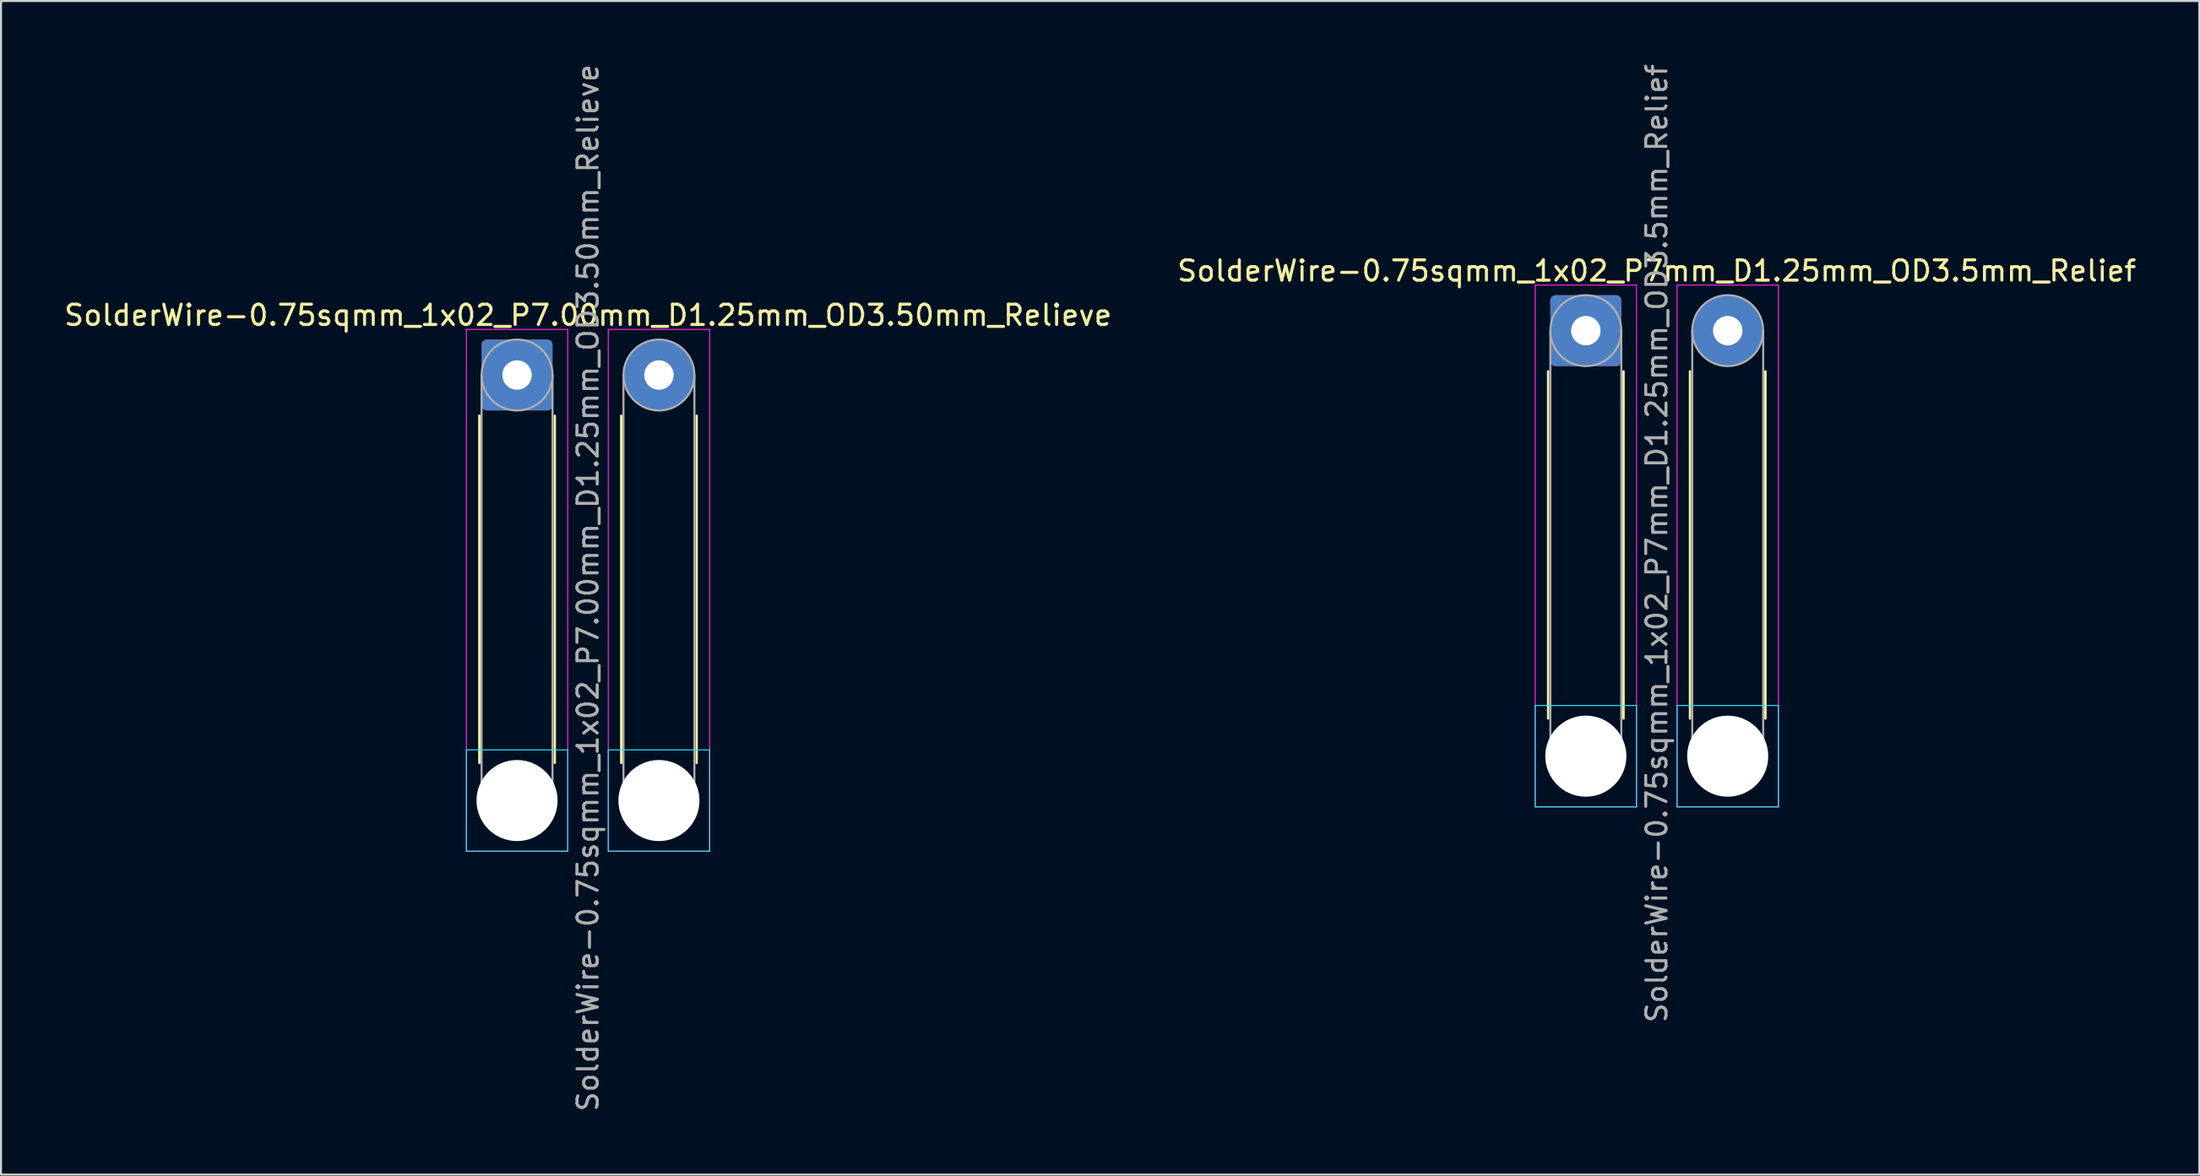
<source format=kicad_pcb>
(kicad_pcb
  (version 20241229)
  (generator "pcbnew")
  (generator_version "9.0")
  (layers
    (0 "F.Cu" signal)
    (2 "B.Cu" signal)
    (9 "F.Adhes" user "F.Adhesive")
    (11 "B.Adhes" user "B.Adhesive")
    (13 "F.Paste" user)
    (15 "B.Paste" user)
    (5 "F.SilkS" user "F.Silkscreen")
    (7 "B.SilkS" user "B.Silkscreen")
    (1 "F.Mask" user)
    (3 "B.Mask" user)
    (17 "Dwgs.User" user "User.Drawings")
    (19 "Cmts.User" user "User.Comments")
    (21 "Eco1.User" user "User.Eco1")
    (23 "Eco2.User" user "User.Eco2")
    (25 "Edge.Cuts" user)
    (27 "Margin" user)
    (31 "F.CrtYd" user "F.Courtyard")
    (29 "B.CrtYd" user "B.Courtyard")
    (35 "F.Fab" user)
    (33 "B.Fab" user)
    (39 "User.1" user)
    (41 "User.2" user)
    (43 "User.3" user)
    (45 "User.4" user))
  (footprint "SolderWire-0.75sqmm_1x02_P7mm_D1.25mm_OD3.5mm_Relief"
    (layer "F.Cu")
    (at 75.185 13.268)
    (property "Reference" "SolderWire-0.75sqmm_1x02_P7mm_D1.25mm_OD3.5mm_Relief" (at 3.5 -2.95 0) (layer "F.SilkS") (effects (font (size 1 1) (thickness 0.15))))
    (attr exclude_from_pos_files exclude_from_bom)
    (fp_line (start -1.86 2.01) (end -1.86 19.14) (stroke (width 0.12) (type solid)) (layer "F.SilkS"))
    (fp_line (start 1.86 2.01) (end 1.86 19.14) (stroke (width 0.12) (type solid)) (layer "F.SilkS"))
    (fp_line (start 5.14 2.01) (end 5.14 19.14) (stroke (width 0.12) (type solid)) (layer "F.SilkS"))
    (fp_line (start 8.86 2.01) (end 8.86 19.14) (stroke (width 0.12) (type solid)) (layer "F.SilkS"))
    (fp_line (start -2.5 18.5) (end -2.5 23.5) (stroke (width 0.05) (type solid)) (layer "B.CrtYd"))
    (fp_line (start -2.5 23.5) (end 2.5 23.5) (stroke (width 0.05) (type solid)) (layer "B.CrtYd"))
    (fp_line (start 2.5 18.5) (end -2.5 18.5) (stroke (width 0.05) (type solid)) (layer "B.CrtYd"))
    (fp_line (start 2.5 23.5) (end 2.5 18.5) (stroke (width 0.05) (type solid)) (layer "B.CrtYd"))
    (fp_line (start 4.5 18.5) (end 4.5 23.5) (stroke (width 0.05) (type solid)) (layer "B.CrtYd"))
    (fp_line (start 4.5 23.5) (end 9.5 23.5) (stroke (width 0.05) (type solid)) (layer "B.CrtYd"))
    (fp_line (start 9.5 18.5) (end 4.5 18.5) (stroke (width 0.05) (type solid)) (layer "B.CrtYd"))
    (fp_line (start 9.5 23.5) (end 9.5 18.5) (stroke (width 0.05) (type solid)) (layer "B.CrtYd"))
    (fp_line (start -2.5 -2.25) (end -2.5 23.5) (stroke (width 0.05) (type solid)) (layer "F.CrtYd"))
    (fp_line (start -2.5 23.5) (end 2.5 23.5) (stroke (width 0.05) (type solid)) (layer "F.CrtYd"))
    (fp_line (start 2.5 -2.25) (end -2.5 -2.25) (stroke (width 0.05) (type solid)) (layer "F.CrtYd"))
    (fp_line (start 2.5 23.5) (end 2.5 -2.25) (stroke (width 0.05) (type solid)) (layer "F.CrtYd"))
    (fp_line (start 4.5 -2.25) (end 4.5 23.5) (stroke (width 0.05) (type solid)) (layer "F.CrtYd"))
    (fp_line (start 4.5 23.5) (end 9.5 23.5) (stroke (width 0.05) (type solid)) (layer "F.CrtYd"))
    (fp_line (start 9.5 -2.25) (end 4.5 -2.25) (stroke (width 0.05) (type solid)) (layer "F.CrtYd"))
    (fp_line (start 9.5 23.5) (end 9.5 -2.25) (stroke (width 0.05) (type solid)) (layer "F.CrtYd"))
    (fp_line (start -1.75 0) (end -1.75 21) (stroke (width 0.1) (type solid)) (layer "F.Fab"))
    (fp_line (start 1.75 0) (end 1.75 21) (stroke (width 0.1) (type solid)) (layer "F.Fab"))
    (fp_line (start 5.25 0) (end 5.25 21) (stroke (width 0.1) (type solid)) (layer "F.Fab"))
    (fp_line (start 8.75 0) (end 8.75 21) (stroke (width 0.1) (type solid)) (layer "F.Fab"))
    (fp_circle (center 0 0) (end 1.75 0) (stroke (width 0.1) (type solid)) (fill no) (layer "F.Fab"))
    (fp_circle (center 0 21) (end 1.75 21) (stroke (width 0.1) (type solid)) (fill no) (layer "F.Fab"))
    (fp_circle (center 7 0) (end 8.75 0) (stroke (width 0.1) (type solid)) (fill no) (layer "F.Fab"))
    (fp_circle (center 7 21) (end 8.75 21) (stroke (width 0.1) (type solid)) (fill no) (layer "F.Fab"))
    (fp_text user "${REFERENCE}" (at 3.5 10.5 90) (layer "F.Fab") (effects (font (size 1 1) (thickness 0.15))))
    (pad "" np_thru_hole circle (at 0 21) (size 4 4) (drill 4) (layers "*.Cu" "*.Mask"))
    (pad "" np_thru_hole circle (at 7 21) (size 4 4) (drill 4) (layers "*.Cu" "*.Mask"))
    (pad "1" thru_hole roundrect (at 0 0) (size 3.5 3.5) (drill 1.45) (layers "*.Cu" "*.Mask") (roundrect_rratio 0.071))
    (pad "2" thru_hole circle (at 7 0) (size 3.5 3.5) (drill 1.45) (layers "*.Cu" "*.Mask")))
  (footprint "SolderWire-0.75sqmm_1x02_P7.00mm_D1.25mm_OD3.50mm_Relieve"
    (layer "F.Cu")
    (at 22.458 15.458)
    (property "Reference" "SolderWire-0.75sqmm_1x02_P7.00mm_D1.25mm_OD3.50mm_Relieve" (at 3.5 -2.95 0) (layer "F.SilkS") (effects (font (size 1 1) (thickness 0.15))))
    (attr exclude_from_pos_files exclude_from_bom)
    (fp_line (start -1.86 2.01) (end -1.86 19.14) (stroke (width 0.12) (type solid)) (layer "F.SilkS"))
    (fp_line (start 1.86 2.01) (end 1.86 19.14) (stroke (width 0.12) (type solid)) (layer "F.SilkS"))
    (fp_line (start 5.14 2.01) (end 5.14 19.14) (stroke (width 0.12) (type solid)) (layer "F.SilkS"))
    (fp_line (start 8.86 2.01) (end 8.86 19.14) (stroke (width 0.12) (type solid)) (layer "F.SilkS"))
    (fp_line (start -2.5 18.5) (end -2.5 23.5) (stroke (width 0.05) (type solid)) (layer "B.CrtYd"))
    (fp_line (start -2.5 23.5) (end 2.5 23.5) (stroke (width 0.05) (type solid)) (layer "B.CrtYd"))
    (fp_line (start 2.5 18.5) (end -2.5 18.5) (stroke (width 0.05) (type solid)) (layer "B.CrtYd"))
    (fp_line (start 2.5 23.5) (end 2.5 18.5) (stroke (width 0.05) (type solid)) (layer "B.CrtYd"))
    (fp_line (start 4.5 18.5) (end 4.5 23.5) (stroke (width 0.05) (type solid)) (layer "B.CrtYd"))
    (fp_line (start 4.5 23.5) (end 9.5 23.5) (stroke (width 0.05) (type solid)) (layer "B.CrtYd"))
    (fp_line (start 9.5 18.5) (end 4.5 18.5) (stroke (width 0.05) (type solid)) (layer "B.CrtYd"))
    (fp_line (start 9.5 23.5) (end 9.5 18.5) (stroke (width 0.05) (type solid)) (layer "B.CrtYd"))
    (fp_line (start -2.5 -2.25) (end -2.5 23.5) (stroke (width 0.05) (type solid)) (layer "F.CrtYd"))
    (fp_line (start -2.5 23.5) (end 2.5 23.5) (stroke (width 0.05) (type solid)) (layer "F.CrtYd"))
    (fp_line (start 2.5 -2.25) (end -2.5 -2.25) (stroke (width 0.05) (type solid)) (layer "F.CrtYd"))
    (fp_line (start 2.5 23.5) (end 2.5 -2.25) (stroke (width 0.05) (type solid)) (layer "F.CrtYd"))
    (fp_line (start 4.5 -2.25) (end 4.5 23.5) (stroke (width 0.05) (type solid)) (layer "F.CrtYd"))
    (fp_line (start 4.5 23.5) (end 9.5 23.5) (stroke (width 0.05) (type solid)) (layer "F.CrtYd"))
    (fp_line (start 9.5 -2.25) (end 4.5 -2.25) (stroke (width 0.05) (type solid)) (layer "F.CrtYd"))
    (fp_line (start 9.5 23.5) (end 9.5 -2.25) (stroke (width 0.05) (type solid)) (layer "F.CrtYd"))
    (fp_line (start -1.75 0) (end -1.75 21) (stroke (width 0.1) (type solid)) (layer "F.Fab"))
    (fp_line (start 1.75 0) (end 1.75 21) (stroke (width 0.1) (type solid)) (layer "F.Fab"))
    (fp_line (start 5.25 0) (end 5.25 21) (stroke (width 0.1) (type solid)) (layer "F.Fab"))
    (fp_line (start 8.75 0) (end 8.75 21) (stroke (width 0.1) (type solid)) (layer "F.Fab"))
    (fp_circle (center 0 0) (end 1.75 0) (stroke (width 0.1) (type solid)) (fill no) (layer "F.Fab"))
    (fp_circle (center 0 21) (end 1.75 21) (stroke (width 0.1) (type solid)) (fill no) (layer "F.Fab"))
    (fp_circle (center 7 0) (end 8.75 0) (stroke (width 0.1) (type solid)) (fill no) (layer "F.Fab"))
    (fp_circle (center 7 21) (end 8.75 21) (stroke (width 0.1) (type solid)) (fill no) (layer "F.Fab"))
    (fp_text user "${REFERENCE}" (at 3.5 10.5 90) (layer "F.Fab") (effects (font (size 1 1) (thickness 0.15))))
    (pad "" np_thru_hole circle (at 0 21) (size 4 4) (drill 4) (layers "*.Cu" "*.Mask"))
    (pad "" np_thru_hole circle (at 7 21) (size 4 4) (drill 4) (layers "*.Cu" "*.Mask"))
    (pad "1" thru_hole roundrect (at 0 0) (size 3.5 3.5) (drill 1.45) (layers "*.Cu" "*.Mask") (roundrect_rratio 0.071))
    (pad "2" thru_hole circle (at 7 0) (size 3.5 3.5) (drill 1.45) (layers "*.Cu" "*.Mask")))
  (gr_rect
    (start -3 -3)
    (end 105.452 54.917)
    (stroke (width 0.1) (type default))
    (fill no)
    (layer "Edge.Cuts")))
</source>
